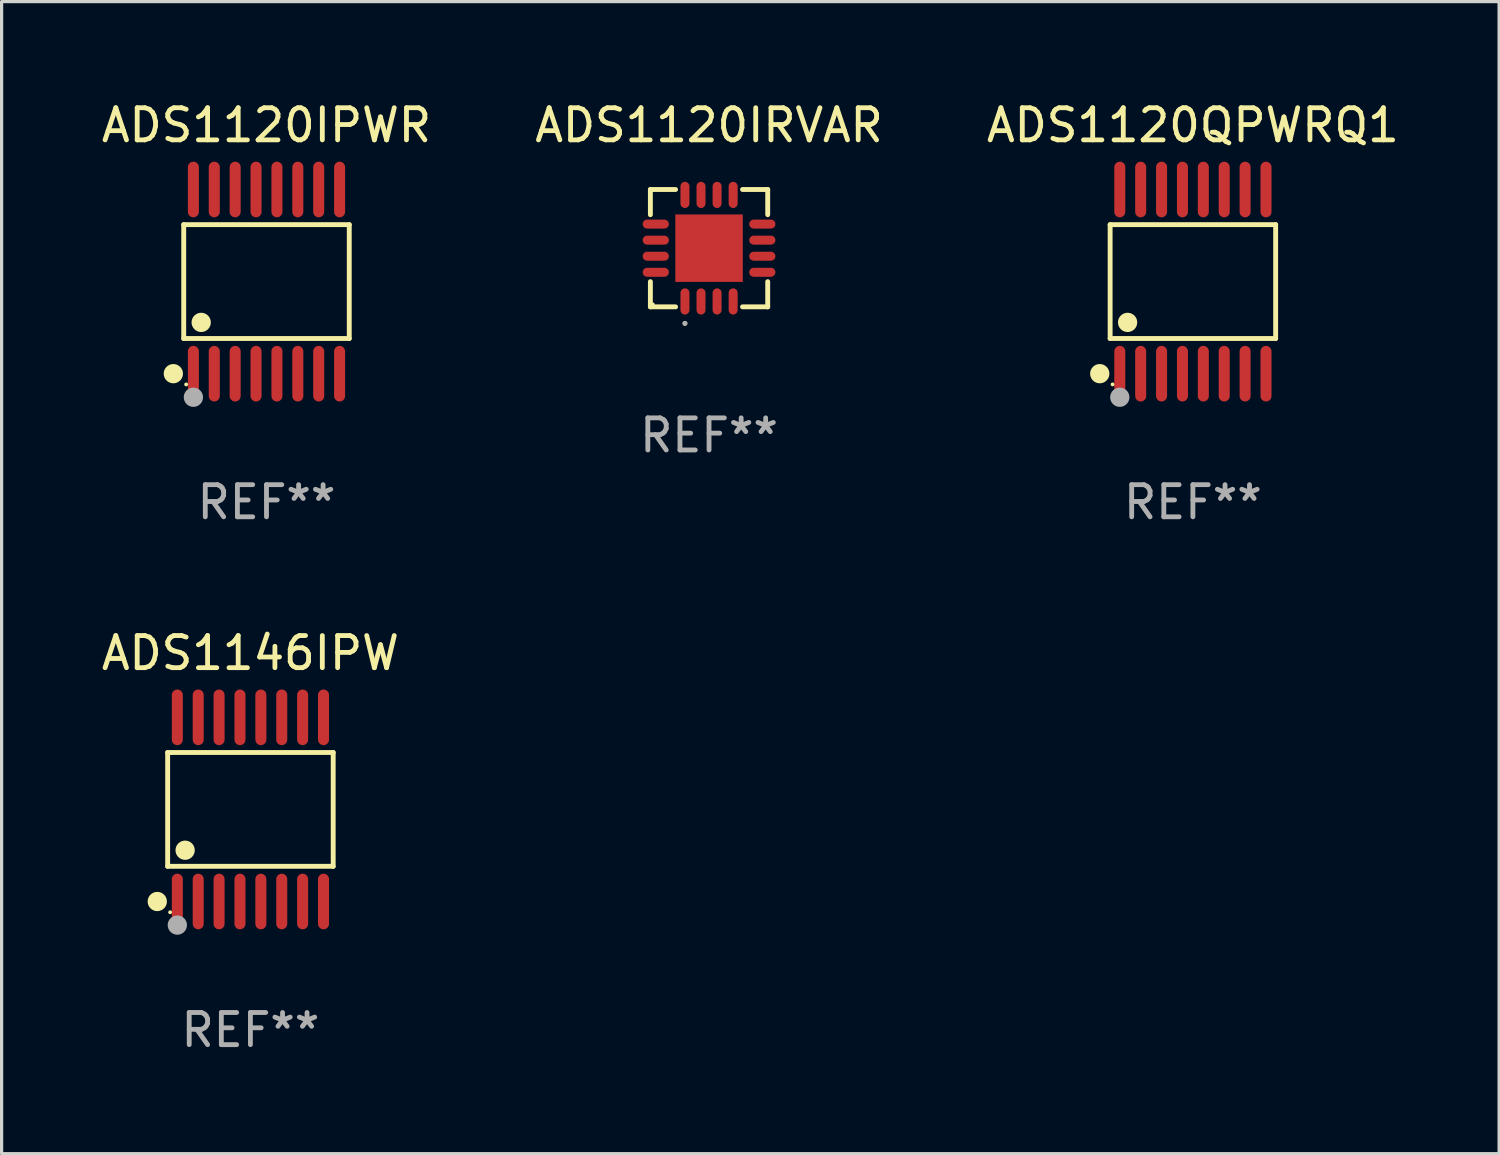
<source format=kicad_pcb>
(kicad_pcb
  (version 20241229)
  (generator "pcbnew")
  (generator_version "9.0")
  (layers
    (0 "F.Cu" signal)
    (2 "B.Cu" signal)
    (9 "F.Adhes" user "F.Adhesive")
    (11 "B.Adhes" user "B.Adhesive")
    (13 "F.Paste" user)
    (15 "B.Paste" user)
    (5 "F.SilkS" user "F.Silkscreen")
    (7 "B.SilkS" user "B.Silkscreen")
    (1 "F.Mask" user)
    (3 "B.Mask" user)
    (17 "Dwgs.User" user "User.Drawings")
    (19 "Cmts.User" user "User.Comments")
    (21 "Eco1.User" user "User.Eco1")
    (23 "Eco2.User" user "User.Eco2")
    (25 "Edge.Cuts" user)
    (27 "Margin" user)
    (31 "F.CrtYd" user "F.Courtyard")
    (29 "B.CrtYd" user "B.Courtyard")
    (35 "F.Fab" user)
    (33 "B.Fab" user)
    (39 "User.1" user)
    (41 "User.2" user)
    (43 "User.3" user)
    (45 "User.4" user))
  (footprint "ADS1120IPWR"
    (layer "F.Cu")
    (at 5.244 5.714)
    (property "Reference" "ADS1120IPWR" (at 0 -4.866 0) (layer "F.SilkS") (effects (font (size 1 1) (thickness 0.15))))
    (attr through_hole)
    (fp_line (start -2.576 -1.772) (end 2.576 -1.772) (stroke (width 0.152) (type solid)) (layer "F.SilkS"))
    (fp_line (start -2.576 1.771) (end -2.576 -1.772) (stroke (width 0.152) (type solid)) (layer "F.SilkS"))
    (fp_line (start 2.576 -1.772) (end 2.576 1.771) (stroke (width 0.152) (type solid)) (layer "F.SilkS"))
    (fp_line (start 2.576 1.771) (end -2.576 1.771) (stroke (width 0.152) (type solid)) (layer "F.SilkS"))
    (fp_circle (center -2.899 2.866) (end -2.749 2.866) (stroke (width 0.3) (type solid)) (fill no) (layer "F.SilkS"))
    (fp_circle (center -2.5 3.2) (end -2.47 3.2) (stroke (width 0.06) (type solid)) (fill no) (layer "F.SilkS"))
    (fp_circle (center -2.032 1.27) (end -1.882 1.27) (stroke (width 0.3) (type solid)) (fill no) (layer "F.SilkS"))
    (fp_circle (center -2.275 3.6) (end -2.125 3.6) (stroke (width 0.3) (type solid)) (fill no) (layer "F.Fab"))
    (fp_text user "REF**" (at 0 6.866 0) (layer "F.Fab") (effects (font (size 1 1) (thickness 0.15))))
    (pad "1" smd oval (at -2.275 2.866) (size 0.343 1.731) (layers "F.Cu" "F.Mask" "F.Paste"))
    (pad "2" smd oval (at -1.625 2.866) (size 0.343 1.731) (layers "F.Cu" "F.Mask" "F.Paste"))
    (pad "3" smd oval (at -0.975 2.866) (size 0.343 1.731) (layers "F.Cu" "F.Mask" "F.Paste"))
    (pad "4" smd oval (at -0.325 2.866) (size 0.343 1.731) (layers "F.Cu" "F.Mask" "F.Paste"))
    (pad "5" smd oval (at 0.325 2.866) (size 0.343 1.731) (layers "F.Cu" "F.Mask" "F.Paste"))
    (pad "6" smd oval (at 0.975 2.866) (size 0.343 1.731) (layers "F.Cu" "F.Mask" "F.Paste"))
    (pad "7" smd oval (at 1.625 2.866) (size 0.343 1.731) (layers "F.Cu" "F.Mask" "F.Paste"))
    (pad "8" smd oval (at 2.275 2.866) (size 0.343 1.731) (layers "F.Cu" "F.Mask" "F.Paste"))
    (pad "9" smd oval (at 2.275 -2.866) (size 0.343 1.731) (layers "F.Cu" "F.Mask" "F.Paste"))
    (pad "10" smd oval (at 1.625 -2.866) (size 0.343 1.731) (layers "F.Cu" "F.Mask" "F.Paste"))
    (pad "11" smd oval (at 0.975 -2.866) (size 0.343 1.731) (layers "F.Cu" "F.Mask" "F.Paste"))
    (pad "12" smd oval (at 0.325 -2.866) (size 0.343 1.731) (layers "F.Cu" "F.Mask" "F.Paste"))
    (pad "13" smd oval (at -0.325 -2.866) (size 0.343 1.731) (layers "F.Cu" "F.Mask" "F.Paste"))
    (pad "14" smd oval (at -0.975 -2.866) (size 0.343 1.731) (layers "F.Cu" "F.Mask" "F.Paste"))
    (pad "15" smd oval (at -1.625 -2.866) (size 0.343 1.731) (layers "F.Cu" "F.Mask" "F.Paste"))
    (pad "16" smd oval (at -2.275 -2.866) (size 0.343 1.731) (layers "F.Cu" "F.Mask" "F.Paste")))
  (footprint "ADS1120QPWRQ1"
    (layer "F.Cu")
    (at 34.077 5.714)
    (property "Reference" "ADS1120QPWRQ1" (at 0 -4.866 0) (layer "F.SilkS") (effects (font (size 1 1) (thickness 0.15))))
    (attr through_hole)
    (fp_line (start -2.576 -1.772) (end 2.576 -1.772) (stroke (width 0.152) (type solid)) (layer "F.SilkS"))
    (fp_line (start -2.576 1.771) (end -2.576 -1.772) (stroke (width 0.152) (type solid)) (layer "F.SilkS"))
    (fp_line (start 2.576 -1.772) (end 2.576 1.771) (stroke (width 0.152) (type solid)) (layer "F.SilkS"))
    (fp_line (start 2.576 1.771) (end -2.576 1.771) (stroke (width 0.152) (type solid)) (layer "F.SilkS"))
    (fp_circle (center -2.899 2.866) (end -2.749 2.866) (stroke (width 0.3) (type solid)) (fill no) (layer "F.SilkS"))
    (fp_circle (center -2.5 3.2) (end -2.47 3.2) (stroke (width 0.06) (type solid)) (fill no) (layer "F.SilkS"))
    (fp_circle (center -2.032 1.27) (end -1.882 1.27) (stroke (width 0.3) (type solid)) (fill no) (layer "F.SilkS"))
    (fp_circle (center -2.275 3.6) (end -2.125 3.6) (stroke (width 0.3) (type solid)) (fill no) (layer "F.Fab"))
    (fp_text user "REF**" (at 0 6.866 0) (layer "F.Fab") (effects (font (size 1 1) (thickness 0.15))))
    (pad "1" smd oval (at -2.275 2.866) (size 0.343 1.731) (layers "F.Cu" "F.Mask" "F.Paste"))
    (pad "2" smd oval (at -1.625 2.866) (size 0.343 1.731) (layers "F.Cu" "F.Mask" "F.Paste"))
    (pad "3" smd oval (at -0.975 2.866) (size 0.343 1.731) (layers "F.Cu" "F.Mask" "F.Paste"))
    (pad "4" smd oval (at -0.325 2.866) (size 0.343 1.731) (layers "F.Cu" "F.Mask" "F.Paste"))
    (pad "5" smd oval (at 0.325 2.866) (size 0.343 1.731) (layers "F.Cu" "F.Mask" "F.Paste"))
    (pad "6" smd oval (at 0.975 2.866) (size 0.343 1.731) (layers "F.Cu" "F.Mask" "F.Paste"))
    (pad "7" smd oval (at 1.625 2.866) (size 0.343 1.731) (layers "F.Cu" "F.Mask" "F.Paste"))
    (pad "8" smd oval (at 2.275 2.866) (size 0.343 1.731) (layers "F.Cu" "F.Mask" "F.Paste"))
    (pad "9" smd oval (at 2.275 -2.866) (size 0.343 1.731) (layers "F.Cu" "F.Mask" "F.Paste"))
    (pad "10" smd oval (at 1.625 -2.866) (size 0.343 1.731) (layers "F.Cu" "F.Mask" "F.Paste"))
    (pad "11" smd oval (at 0.975 -2.866) (size 0.343 1.731) (layers "F.Cu" "F.Mask" "F.Paste"))
    (pad "12" smd oval (at 0.325 -2.866) (size 0.343 1.731) (layers "F.Cu" "F.Mask" "F.Paste"))
    (pad "13" smd oval (at -0.325 -2.866) (size 0.343 1.731) (layers "F.Cu" "F.Mask" "F.Paste"))
    (pad "14" smd oval (at -0.975 -2.866) (size 0.343 1.731) (layers "F.Cu" "F.Mask" "F.Paste"))
    (pad "15" smd oval (at -1.625 -2.866) (size 0.343 1.731) (layers "F.Cu" "F.Mask" "F.Paste"))
    (pad "16" smd oval (at -2.275 -2.866) (size 0.343 1.731) (layers "F.Cu" "F.Mask" "F.Paste")))
  (footprint "ADS1120IRVAR"
    (layer "F.Cu")
    (at 19.018 4.674)
    (property "Reference" "ADS1120IRVAR" (at 0 -3.826 0) (layer "F.SilkS") (effects (font (size 1 1) (thickness 0.15))))
    (attr through_hole)
    (fp_line (start -1.826 -1.826) (end -1.826 -1.042) (stroke (width 0.152) (type solid)) (layer "F.SilkS"))
    (fp_line (start -1.826 1.826) (end -1.826 1.042) (stroke (width 0.152) (type solid)) (layer "F.SilkS"))
    (fp_line (start -1.042 -1.826) (end -1.826 -1.826) (stroke (width 0.152) (type solid)) (layer "F.SilkS"))
    (fp_line (start -1.042 1.826) (end -1.826 1.826) (stroke (width 0.152) (type solid)) (layer "F.SilkS"))
    (fp_line (start 1.042 -1.826) (end 1.826 -1.826) (stroke (width 0.152) (type solid)) (layer "F.SilkS"))
    (fp_line (start 1.042 1.826) (end 1.826 1.826) (stroke (width 0.152) (type solid)) (layer "F.SilkS"))
    (fp_line (start 1.826 -1.826) (end 1.826 -1.042) (stroke (width 0.152) (type solid)) (layer "F.SilkS"))
    (fp_line (start 1.826 1.826) (end 1.826 1.042) (stroke (width 0.152) (type solid)) (layer "F.SilkS"))
    (fp_circle (center -1.75 1.75) (end -1.72 1.75) (stroke (width 0.06) (type solid)) (fill no) (layer "F.SilkS"))
    (fp_circle (center -0.75 2.341) (end -0.712 2.341) (stroke (width 0.075) (type solid)) (fill no) (layer "F.SilkS"))
    (fp_circle (center -0.75 2.341) (end -0.712 2.341) (stroke (width 0.075) (type solid)) (fill no) (layer "F.Fab"))
    (fp_text user "REF**" (at 0 5.826 0) (layer "F.Fab") (effects (font (size 1 1) (thickness 0.15))))
    (pad "1" smd oval (at -0.75 1.658) (size 0.28 0.815) (layers "F.Cu" "F.Mask" "F.Paste"))
    (pad "2" smd oval (at -0.25 1.658) (size 0.28 0.815) (layers "F.Cu" "F.Mask" "F.Paste"))
    (pad "3" smd oval (at 0.25 1.658) (size 0.28 0.815) (layers "F.Cu" "F.Mask" "F.Paste"))
    (pad "4" smd oval (at 0.75 1.658) (size 0.28 0.815) (layers "F.Cu" "F.Mask" "F.Paste"))
    (pad "5" smd oval (at 1.658 0.75) (size 0.815 0.28) (layers "F.Cu" "F.Mask" "F.Paste"))
    (pad "6" smd oval (at 1.658 0.25) (size 0.815 0.28) (layers "F.Cu" "F.Mask" "F.Paste"))
    (pad "7" smd oval (at 1.658 -0.25) (size 0.815 0.28) (layers "F.Cu" "F.Mask" "F.Paste"))
    (pad "8" smd oval (at 1.658 -0.75) (size 0.815 0.28) (layers "F.Cu" "F.Mask" "F.Paste"))
    (pad "9" smd oval (at 0.75 -1.658) (size 0.28 0.815) (layers "F.Cu" "F.Mask" "F.Paste"))
    (pad "10" smd oval (at 0.25 -1.658) (size 0.28 0.815) (layers "F.Cu" "F.Mask" "F.Paste"))
    (pad "11" smd oval (at -0.25 -1.658) (size 0.28 0.815) (layers "F.Cu" "F.Mask" "F.Paste"))
    (pad "12" smd oval (at -0.75 -1.658) (size 0.28 0.815) (layers "F.Cu" "F.Mask" "F.Paste"))
    (pad "13" smd oval (at -1.658 -0.75) (size 0.815 0.28) (layers "F.Cu" "F.Mask" "F.Paste"))
    (pad "14" smd oval (at -1.658 -0.25) (size 0.815 0.28) (layers "F.Cu" "F.Mask" "F.Paste"))
    (pad "15" smd oval (at -1.658 0.25) (size 0.815 0.28) (layers "F.Cu" "F.Mask" "F.Paste"))
    (pad "16" smd oval (at -1.658 0.75) (size 0.815 0.28) (layers "F.Cu" "F.Mask" "F.Paste"))
    (pad "17" smd rect (at -0.000013 -0.000013) (size 2.1 2.1) (layers "F.Cu" "F.Mask" "F.Paste")))
  (footprint "ADS1146IPW"
    (layer "F.Cu")
    (at 4.744 22.142)
    (property "Reference" "ADS1146IPW" (at 0 -4.866 0) (layer "F.SilkS") (effects (font (size 1 1) (thickness 0.15))))
    (attr through_hole)
    (fp_line (start -2.576 -1.772) (end 2.576 -1.772) (stroke (width 0.152) (type solid)) (layer "F.SilkS"))
    (fp_line (start -2.576 1.771) (end -2.576 -1.772) (stroke (width 0.152) (type solid)) (layer "F.SilkS"))
    (fp_line (start 2.576 -1.772) (end 2.576 1.771) (stroke (width 0.152) (type solid)) (layer "F.SilkS"))
    (fp_line (start 2.576 1.771) (end -2.576 1.771) (stroke (width 0.152) (type solid)) (layer "F.SilkS"))
    (fp_circle (center -2.899 2.866) (end -2.749 2.866) (stroke (width 0.3) (type solid)) (fill no) (layer "F.SilkS"))
    (fp_circle (center -2.5 3.2) (end -2.47 3.2) (stroke (width 0.06) (type solid)) (fill no) (layer "F.SilkS"))
    (fp_circle (center -2.032 1.27) (end -1.882 1.27) (stroke (width 0.3) (type solid)) (fill no) (layer "F.SilkS"))
    (fp_circle (center -2.275 3.6) (end -2.125 3.6) (stroke (width 0.3) (type solid)) (fill no) (layer "F.Fab"))
    (fp_text user "REF**" (at 0 6.866 0) (layer "F.Fab") (effects (font (size 1 1) (thickness 0.15))))
    (pad "1" smd oval (at -2.275 2.866) (size 0.343 1.731) (layers "F.Cu" "F.Mask" "F.Paste"))
    (pad "2" smd oval (at -1.625 2.866) (size 0.343 1.731) (layers "F.Cu" "F.Mask" "F.Paste"))
    (pad "3" smd oval (at -0.975 2.866) (size 0.343 1.731) (layers "F.Cu" "F.Mask" "F.Paste"))
    (pad "4" smd oval (at -0.325 2.866) (size 0.343 1.731) (layers "F.Cu" "F.Mask" "F.Paste"))
    (pad "5" smd oval (at 0.325 2.866) (size 0.343 1.731) (layers "F.Cu" "F.Mask" "F.Paste"))
    (pad "6" smd oval (at 0.975 2.866) (size 0.343 1.731) (layers "F.Cu" "F.Mask" "F.Paste"))
    (pad "7" smd oval (at 1.625 2.866) (size 0.343 1.731) (layers "F.Cu" "F.Mask" "F.Paste"))
    (pad "8" smd oval (at 2.275 2.866) (size 0.343 1.731) (layers "F.Cu" "F.Mask" "F.Paste"))
    (pad "9" smd oval (at 2.275 -2.866) (size 0.343 1.731) (layers "F.Cu" "F.Mask" "F.Paste"))
    (pad "10" smd oval (at 1.625 -2.866) (size 0.343 1.731) (layers "F.Cu" "F.Mask" "F.Paste"))
    (pad "11" smd oval (at 0.975 -2.866) (size 0.343 1.731) (layers "F.Cu" "F.Mask" "F.Paste"))
    (pad "12" smd oval (at 0.325 -2.866) (size 0.343 1.731) (layers "F.Cu" "F.Mask" "F.Paste"))
    (pad "13" smd oval (at -0.325 -2.866) (size 0.343 1.731) (layers "F.Cu" "F.Mask" "F.Paste"))
    (pad "14" smd oval (at -0.975 -2.866) (size 0.343 1.731) (layers "F.Cu" "F.Mask" "F.Paste"))
    (pad "15" smd oval (at -1.625 -2.866) (size 0.343 1.731) (layers "F.Cu" "F.Mask" "F.Paste"))
    (pad "16" smd oval (at -2.275 -2.866) (size 0.343 1.731) (layers "F.Cu" "F.Mask" "F.Paste")))
  (gr_rect
    (start -3 -3)
    (end 43.607 32.856)
    (stroke (width 0.1) (type default))
    (fill no)
    (layer "Edge.Cuts")))
</source>
